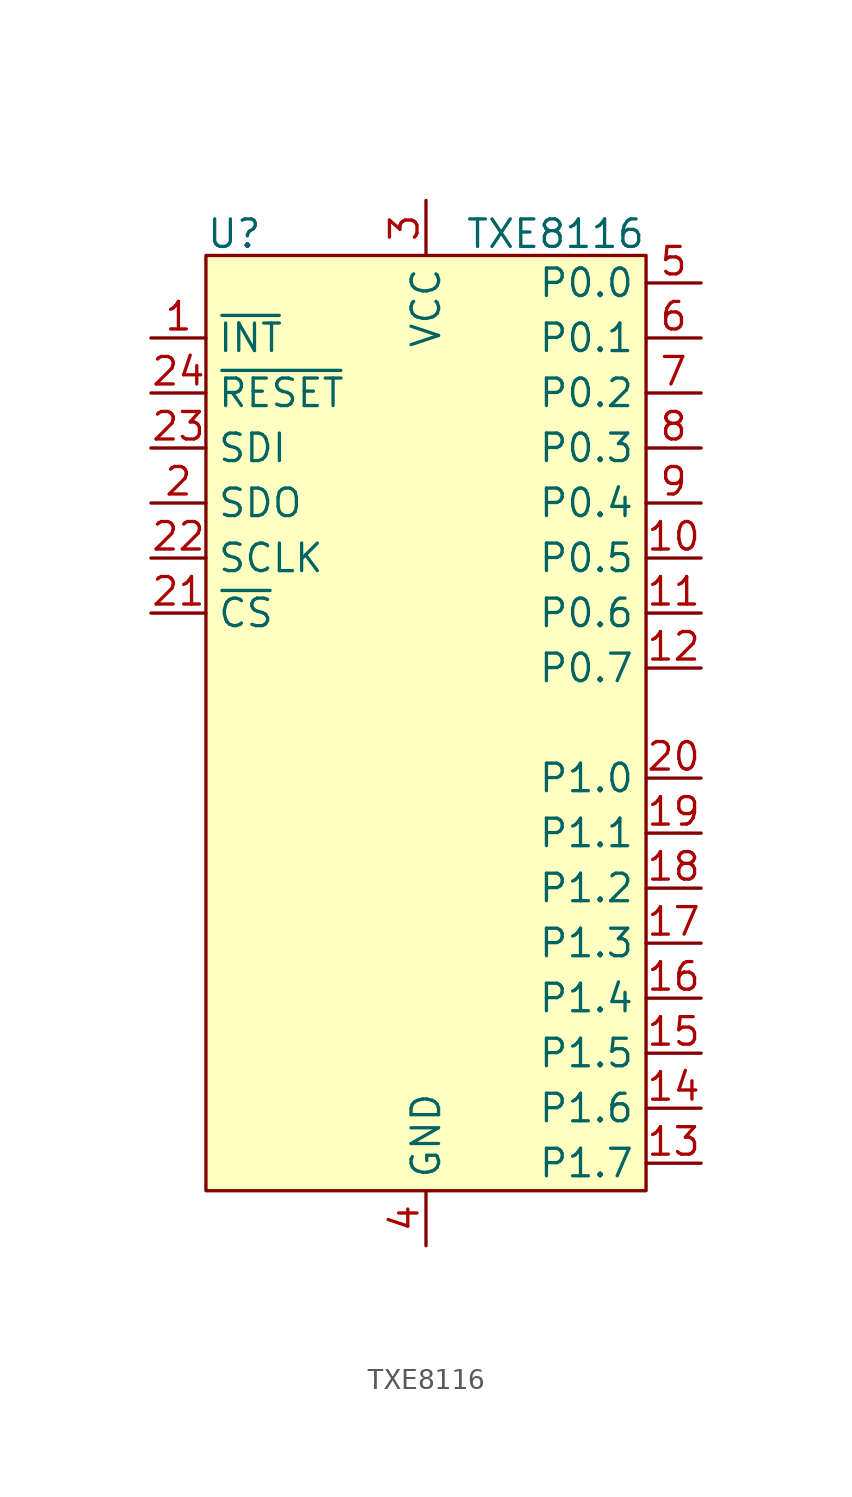
<source format=kicad_sym>
(kicad_symbol_lib
  (version 20241209)
  (generator "kicad_symbol_editor")
  (generator_version "9.0")
  (symbol "TXE8116"
    (property "Reference" "U"
      (at -10.16 21.844 0)
      (effects (font (size 1.27 1.27)) (justify left bottom)))
    (property "Value" "TXE8116"
      (at 10.16 21.844 0)
      (effects (font (size 1.27 1.27)) (justify right bottom)))
    (symbol "TXE8116_1_1"
      (rectangle (start -10.16 21.59) (end 10.16 -21.59) (stroke (width 0) (type solid)) (fill (type background)))
      (pin output line (at -12.7 17.78 0) (length 2.54) (name "~{INT}" (effects (font (size 1.27 1.27)))) (number "1" (effects (font (size 1.27 1.27)))))
      (pin input line (at -12.7 15.24 0) (length 2.54) (name "~{RESET}" (effects (font (size 1.27 1.27)))) (number "24" (effects (font (size 1.27 1.27)))))
      (pin input line (at -12.7 12.7 0) (length 2.54) (name "SDI" (effects (font (size 1.27 1.27)))) (number "23" (effects (font (size 1.27 1.27)))))
      (pin output line (at -12.7 10.16 0) (length 2.54) (name "SDO" (effects (font (size 1.27 1.27)))) (number "2" (effects (font (size 1.27 1.27)))))
      (pin input line (at -12.7 7.62 0) (length 2.54) (name "SCLK" (effects (font (size 1.27 1.27)))) (number "22" (effects (font (size 1.27 1.27)))))
      (pin input line (at -12.7 5.08 0) (length 2.54) (name "~{CS}" (effects (font (size 1.27 1.27)))) (number "21" (effects (font (size 1.27 1.27)))))
      (pin power_in line (at 0 24.13 270) (length 2.54) (name "VCC" (effects (font (size 1.27 1.27)))) (number "3" (effects (font (size 1.27 1.27)))))
      (pin power_in line (at 0 -24.13 90) (length 2.54) (name "GND" (effects (font (size 1.27 1.27)))) (number "4" (effects (font (size 1.27 1.27)))))
      (pin bidirectional line (at 12.7 20.32 180) (length 2.54) (name "P0.0" (effects (font (size 1.27 1.27)))) (number "5" (effects (font (size 1.27 1.27)))))
      (pin bidirectional line (at 12.7 17.78 180) (length 2.54) (name "P0.1" (effects (font (size 1.27 1.27)))) (number "6" (effects (font (size 1.27 1.27)))))
      (pin bidirectional line (at 12.7 15.24 180) (length 2.54) (name "P0.2" (effects (font (size 1.27 1.27)))) (number "7" (effects (font (size 1.27 1.27)))))
      (pin bidirectional line (at 12.7 12.7 180) (length 2.54) (name "P0.3" (effects (font (size 1.27 1.27)))) (number "8" (effects (font (size 1.27 1.27)))))
      (pin bidirectional line (at 12.7 10.16 180) (length 2.54) (name "P0.4" (effects (font (size 1.27 1.27)))) (number "9" (effects (font (size 1.27 1.27)))))
      (pin bidirectional line (at 12.7 7.62 180) (length 2.54) (name "P0.5" (effects (font (size 1.27 1.27)))) (number "10" (effects (font (size 1.27 1.27)))))
      (pin bidirectional line (at 12.7 5.08 180) (length 2.54) (name "P0.6" (effects (font (size 1.27 1.27)))) (number "11" (effects (font (size 1.27 1.27)))))
      (pin bidirectional line (at 12.7 2.54 180) (length 2.54) (name "P0.7" (effects (font (size 1.27 1.27)))) (number "12" (effects (font (size 1.27 1.27)))))
      (pin bidirectional line (at 12.7 -2.54 180) (length 2.54) (name "P1.0" (effects (font (size 1.27 1.27)))) (number "20" (effects (font (size 1.27 1.27)))))
      (pin bidirectional line (at 12.7 -5.08 180) (length 2.54) (name "P1.1" (effects (font (size 1.27 1.27)))) (number "19" (effects (font (size 1.27 1.27)))))
      (pin bidirectional line (at 12.7 -7.62 180) (length 2.54) (name "P1.2" (effects (font (size 1.27 1.27)))) (number "18" (effects (font (size 1.27 1.27)))))
      (pin bidirectional line (at 12.7 -10.16 180) (length 2.54) (name "P1.3" (effects (font (size 1.27 1.27)))) (number "17" (effects (font (size 1.27 1.27)))))
      (pin bidirectional line (at 12.7 -12.7 180) (length 2.54) (name "P1.4" (effects (font (size 1.27 1.27)))) (number "16" (effects (font (size 1.27 1.27)))))
      (pin bidirectional line (at 12.7 -15.24 180) (length 2.54) (name "P1.5" (effects (font (size 1.27 1.27)))) (number "15" (effects (font (size 1.27 1.27)))))
      (pin bidirectional line (at 12.7 -17.78 180) (length 2.54) (name "P1.6" (effects (font (size 1.27 1.27)))) (number "14" (effects (font (size 1.27 1.27)))))
      (pin bidirectional line (at 12.7 -20.32 180) (length 2.54) (name "P1.7" (effects (font (size 1.27 1.27)))) (number "13" (effects (font (size 1.27 1.27))))))))
</source>
